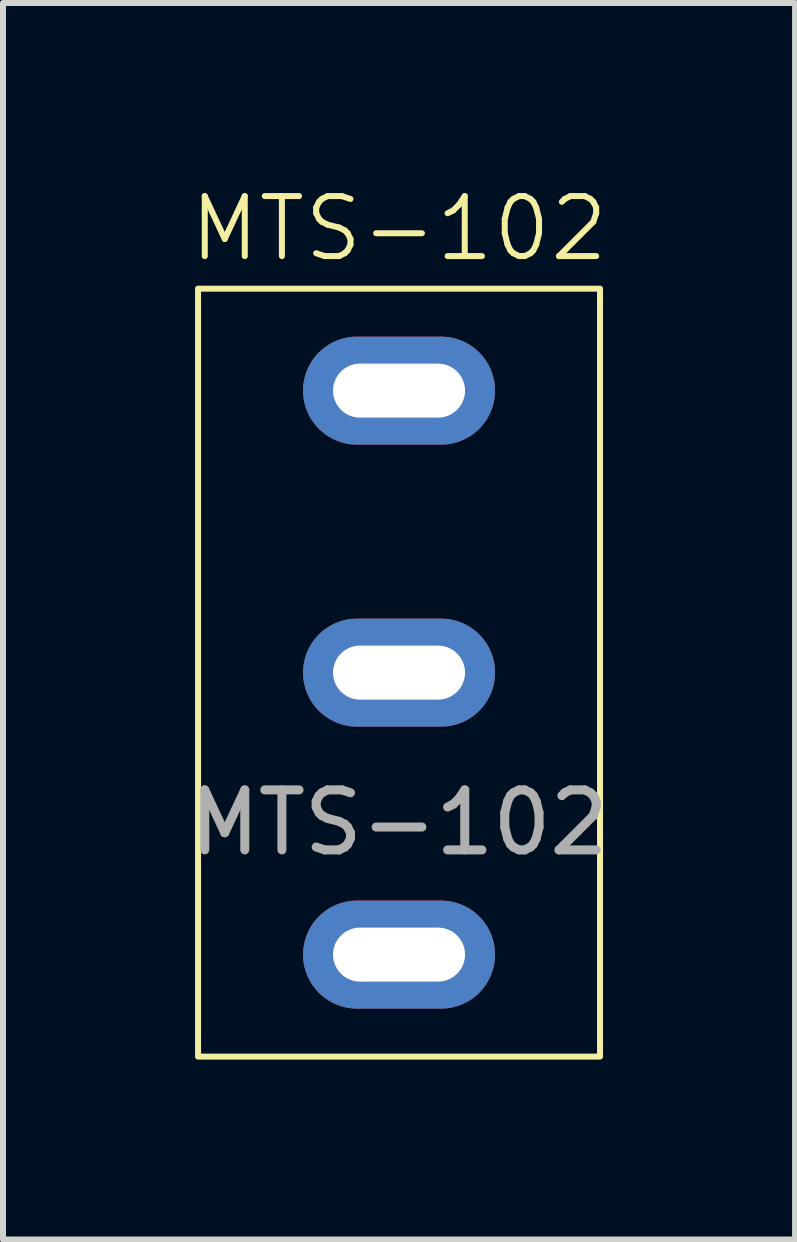
<source format=kicad_pcb>
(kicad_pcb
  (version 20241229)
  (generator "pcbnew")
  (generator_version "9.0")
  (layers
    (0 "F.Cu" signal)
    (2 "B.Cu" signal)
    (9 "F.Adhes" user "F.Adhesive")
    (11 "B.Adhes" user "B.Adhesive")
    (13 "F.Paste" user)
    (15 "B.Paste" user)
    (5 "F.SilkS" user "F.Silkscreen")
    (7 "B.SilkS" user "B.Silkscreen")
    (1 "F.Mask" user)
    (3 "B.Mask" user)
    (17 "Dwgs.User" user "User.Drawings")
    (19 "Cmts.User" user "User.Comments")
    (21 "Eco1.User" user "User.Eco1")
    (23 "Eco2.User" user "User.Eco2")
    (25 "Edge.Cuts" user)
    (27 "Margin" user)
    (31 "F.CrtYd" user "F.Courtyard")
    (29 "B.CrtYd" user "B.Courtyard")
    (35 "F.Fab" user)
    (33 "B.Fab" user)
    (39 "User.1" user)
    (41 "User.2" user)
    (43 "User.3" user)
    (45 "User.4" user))
  (footprint "MTS-102"
    (layer "F.Cu")
    (at 3.601 8.161)
    (property "Reference" "MTS-102" (at 0 -7.4 0) (unlocked yes) (layer "F.SilkS") (effects (font (size 1 1) (thickness 0.1))))
    (attr through_hole)
    (fp_rect (start -3.35 -6.4) (end 3.35 6.4) (stroke (width 0.1) (type solid)) (fill no) (layer "F.SilkS"))
    (fp_text user "${REFERENCE}" (at 0 2.5 0) (unlocked yes) (layer "F.Fab") (effects (font (size 1 1) (thickness 0.15))))
    (pad "1" thru_hole oval (at 0 -4.7) (size 3.2 1.8) (drill oval 2.2 0.9) (layers "*.Cu" "*.Mask"))
    (pad "2" thru_hole oval (at 0 0) (size 3.2 1.8) (drill oval 2.2 0.9) (layers "*.Cu" "*.Mask"))
    (pad "3" thru_hole oval (at 0 4.7) (size 3.2 1.8) (drill oval 2.2 0.9) (layers "*.Cu" "*.Mask")))
  (gr_rect
    (start -3 -3)
    (end 10.202 17.61)
    (stroke (width 0.1) (type default))
    (fill no)
    (layer "Edge.Cuts")))
</source>
